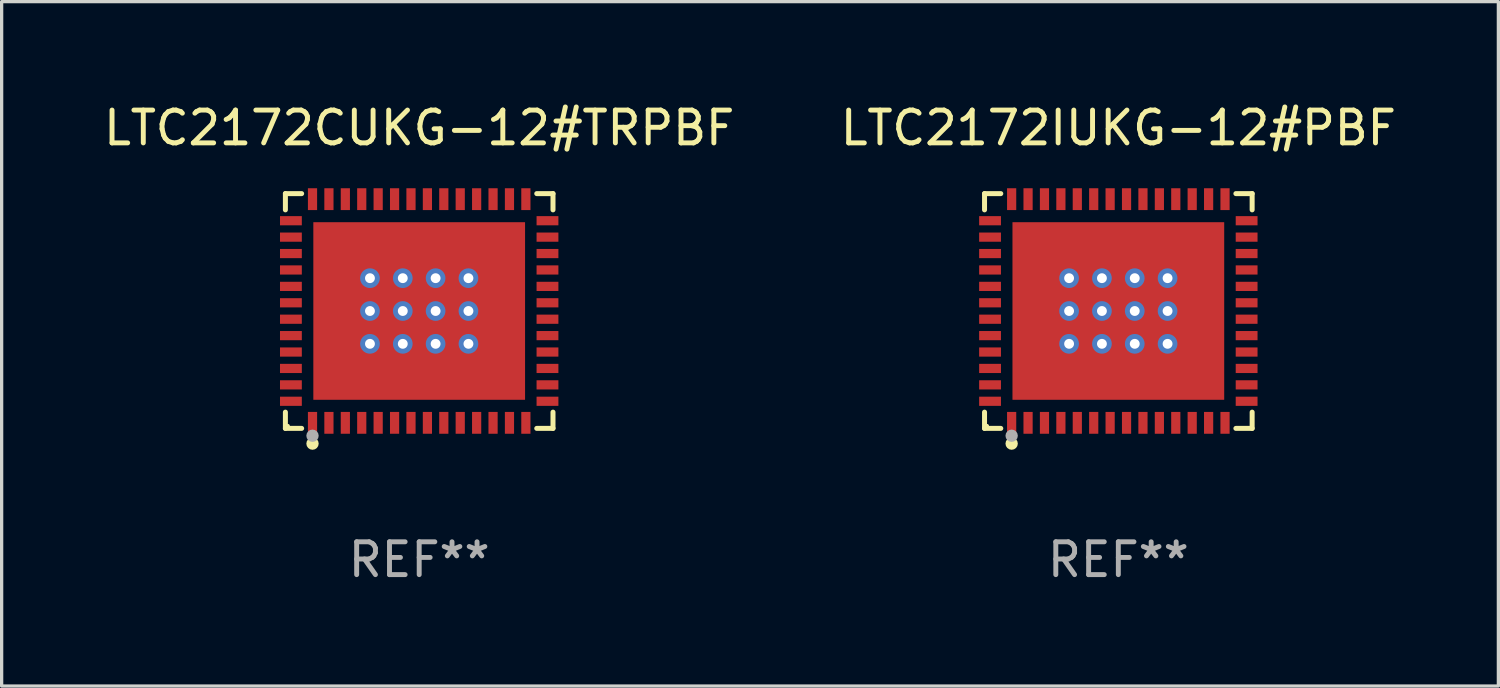
<source format=kicad_pcb>
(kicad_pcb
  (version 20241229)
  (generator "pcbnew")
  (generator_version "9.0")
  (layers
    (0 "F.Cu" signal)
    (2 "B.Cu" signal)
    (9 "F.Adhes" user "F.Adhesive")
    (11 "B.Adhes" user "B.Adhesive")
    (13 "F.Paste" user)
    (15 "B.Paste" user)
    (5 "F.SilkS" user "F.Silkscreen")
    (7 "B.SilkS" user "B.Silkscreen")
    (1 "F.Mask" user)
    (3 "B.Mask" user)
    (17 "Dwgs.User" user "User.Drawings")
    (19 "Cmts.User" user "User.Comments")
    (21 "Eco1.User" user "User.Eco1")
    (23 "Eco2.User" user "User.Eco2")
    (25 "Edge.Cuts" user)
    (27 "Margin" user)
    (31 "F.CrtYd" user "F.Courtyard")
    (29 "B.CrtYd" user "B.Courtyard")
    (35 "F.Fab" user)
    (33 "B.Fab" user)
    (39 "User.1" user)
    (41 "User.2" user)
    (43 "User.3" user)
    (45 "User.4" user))
  (footprint "LTC2172CUKG-12#TRPBF"
    (layer "F.Cu")
    (at 9.72 6.424)
    (property "Reference" "LTC2172CUKG-12#TRPBF" (at 0 -5.576 0) (layer "F.SilkS") (effects (font (size 1 1) (thickness 0.15))))
    (attr through_hole)
    (fp_line (start -4.076 -3.576) (end -3.581 -3.576) (stroke (width 0.152) (type solid)) (layer "F.SilkS"))
    (fp_line (start -4.076 -3.081) (end -4.076 -3.576) (stroke (width 0.152) (type solid)) (layer "F.SilkS"))
    (fp_line (start -4.076 3.081) (end -4.076 3.576) (stroke (width 0.152) (type solid)) (layer "F.SilkS"))
    (fp_line (start -4.076 3.576) (end -3.581 3.576) (stroke (width 0.152) (type solid)) (layer "F.SilkS"))
    (fp_line (start 4.076 -3.576) (end 3.581 -3.576) (stroke (width 0.152) (type solid)) (layer "F.SilkS"))
    (fp_line (start 4.076 -3.081) (end 4.076 -3.576) (stroke (width 0.152) (type solid)) (layer "F.SilkS"))
    (fp_line (start 4.076 3.081) (end 4.076 3.576) (stroke (width 0.152) (type solid)) (layer "F.SilkS"))
    (fp_line (start 4.076 3.576) (end 3.581 3.576) (stroke (width 0.152) (type solid)) (layer "F.SilkS"))
    (fp_circle (center -4 3.5) (end -3.97 3.5) (stroke (width 0.06) (type solid)) (fill no) (layer "F.SilkS"))
    (fp_circle (center -3.25 4.04) (end -3.156 4.04) (stroke (width 0.188) (type solid)) (fill no) (layer "F.SilkS"))
    (fp_circle (center -3.25 3.8) (end -3.156 3.8) (stroke (width 0.188) (type solid)) (fill no) (layer "F.Fab"))
    (fp_text user "REF**" (at 0 7.576 0) (layer "F.Fab") (effects (font (size 1 1) (thickness 0.15))))
    (pad "1" smd rect (at -3.25 3.407) (size 0.28 0.665) (layers "F.Cu" "F.Mask" "F.Paste"))
    (pad "2" smd rect (at -2.75 3.407) (size 0.28 0.665) (layers "F.Cu" "F.Mask" "F.Paste"))
    (pad "3" smd rect (at -2.25 3.407) (size 0.28 0.665) (layers "F.Cu" "F.Mask" "F.Paste"))
    (pad "4" smd rect (at -1.75 3.407) (size 0.28 0.665) (layers "F.Cu" "F.Mask" "F.Paste"))
    (pad "5" smd rect (at -1.25 3.407) (size 0.28 0.665) (layers "F.Cu" "F.Mask" "F.Paste"))
    (pad "6" smd rect (at -0.75 3.407) (size 0.28 0.665) (layers "F.Cu" "F.Mask" "F.Paste"))
    (pad "7" smd rect (at -0.25 3.407) (size 0.28 0.665) (layers "F.Cu" "F.Mask" "F.Paste"))
    (pad "8" smd rect (at 0.25 3.407) (size 0.28 0.665) (layers "F.Cu" "F.Mask" "F.Paste"))
    (pad "9" smd rect (at 0.75 3.407) (size 0.28 0.665) (layers "F.Cu" "F.Mask" "F.Paste"))
    (pad "10" smd rect (at 1.25 3.407) (size 0.28 0.665) (layers "F.Cu" "F.Mask" "F.Paste"))
    (pad "11" smd rect (at 1.75 3.407) (size 0.28 0.665) (layers "F.Cu" "F.Mask" "F.Paste"))
    (pad "12" smd rect (at 2.25 3.407) (size 0.28 0.665) (layers "F.Cu" "F.Mask" "F.Paste"))
    (pad "13" smd rect (at 2.75 3.407) (size 0.28 0.665) (layers "F.Cu" "F.Mask" "F.Paste"))
    (pad "14" smd rect (at 3.25 3.407) (size 0.28 0.665) (layers "F.Cu" "F.Mask" "F.Paste"))
    (pad "15" smd rect (at 3.908 2.75) (size 0.665 0.28) (layers "F.Cu" "F.Mask" "F.Paste"))
    (pad "16" smd rect (at 3.908 2.25) (size 0.665 0.28) (layers "F.Cu" "F.Mask" "F.Paste"))
    (pad "17" smd rect (at 3.908 1.75) (size 0.665 0.28) (layers "F.Cu" "F.Mask" "F.Paste"))
    (pad "18" smd rect (at 3.908 1.25) (size 0.665 0.28) (layers "F.Cu" "F.Mask" "F.Paste"))
    (pad "19" smd rect (at 3.908 0.75) (size 0.665 0.28) (layers "F.Cu" "F.Mask" "F.Paste"))
    (pad "20" smd rect (at 3.908 0.25) (size 0.665 0.28) (layers "F.Cu" "F.Mask" "F.Paste"))
    (pad "21" smd rect (at 3.908 -0.25) (size 0.665 0.28) (layers "F.Cu" "F.Mask" "F.Paste"))
    (pad "22" smd rect (at 3.908 -0.75) (size 0.665 0.28) (layers "F.Cu" "F.Mask" "F.Paste"))
    (pad "23" smd rect (at 3.908 -1.25) (size 0.665 0.28) (layers "F.Cu" "F.Mask" "F.Paste"))
    (pad "24" smd rect (at 3.908 -1.75) (size 0.665 0.28) (layers "F.Cu" "F.Mask" "F.Paste"))
    (pad "25" smd rect (at 3.908 -2.25) (size 0.665 0.28) (layers "F.Cu" "F.Mask" "F.Paste"))
    (pad "26" smd rect (at 3.908 -2.75) (size 0.665 0.28) (layers "F.Cu" "F.Mask" "F.Paste"))
    (pad "27" smd rect (at 3.25 -3.407) (size 0.28 0.665) (layers "F.Cu" "F.Mask" "F.Paste"))
    (pad "28" smd rect (at 2.75 -3.407) (size 0.28 0.665) (layers "F.Cu" "F.Mask" "F.Paste"))
    (pad "29" smd rect (at 2.25 -3.407) (size 0.28 0.665) (layers "F.Cu" "F.Mask" "F.Paste"))
    (pad "30" smd rect (at 1.75 -3.407) (size 0.28 0.665) (layers "F.Cu" "F.Mask" "F.Paste"))
    (pad "31" smd rect (at 1.25 -3.407) (size 0.28 0.665) (layers "F.Cu" "F.Mask" "F.Paste"))
    (pad "32" smd rect (at 0.75 -3.407) (size 0.28 0.665) (layers "F.Cu" "F.Mask" "F.Paste"))
    (pad "33" smd rect (at 0.25 -3.407) (size 0.28 0.665) (layers "F.Cu" "F.Mask" "F.Paste"))
    (pad "34" smd rect (at -0.25 -3.407) (size 0.28 0.665) (layers "F.Cu" "F.Mask" "F.Paste"))
    (pad "35" smd rect (at -0.75 -3.407) (size 0.28 0.665) (layers "F.Cu" "F.Mask" "F.Paste"))
    (pad "36" smd rect (at -1.25 -3.407) (size 0.28 0.665) (layers "F.Cu" "F.Mask" "F.Paste"))
    (pad "37" smd rect (at -1.75 -3.407) (size 0.28 0.665) (layers "F.Cu" "F.Mask" "F.Paste"))
    (pad "38" smd rect (at -2.25 -3.407) (size 0.28 0.665) (layers "F.Cu" "F.Mask" "F.Paste"))
    (pad "39" smd rect (at -2.75 -3.407) (size 0.28 0.665) (layers "F.Cu" "F.Mask" "F.Paste"))
    (pad "40" smd rect (at -3.25 -3.407) (size 0.28 0.665) (layers "F.Cu" "F.Mask" "F.Paste"))
    (pad "41" smd rect (at -3.908 -2.75) (size 0.665 0.28) (layers "F.Cu" "F.Mask" "F.Paste"))
    (pad "42" smd rect (at -3.908 -2.25) (size 0.665 0.28) (layers "F.Cu" "F.Mask" "F.Paste"))
    (pad "43" smd rect (at -3.908 -1.75) (size 0.665 0.28) (layers "F.Cu" "F.Mask" "F.Paste"))
    (pad "44" smd rect (at -3.908 -1.25) (size 0.665 0.28) (layers "F.Cu" "F.Mask" "F.Paste"))
    (pad "45" smd rect (at -3.908 -0.75) (size 0.665 0.28) (layers "F.Cu" "F.Mask" "F.Paste"))
    (pad "46" smd rect (at -3.908 -0.25) (size 0.665 0.28) (layers "F.Cu" "F.Mask" "F.Paste"))
    (pad "47" smd rect (at -3.908 0.25) (size 0.665 0.28) (layers "F.Cu" "F.Mask" "F.Paste"))
    (pad "48" smd rect (at -3.908 0.75) (size 0.665 0.28) (layers "F.Cu" "F.Mask" "F.Paste"))
    (pad "49" smd rect (at -3.908 1.25) (size 0.665 0.28) (layers "F.Cu" "F.Mask" "F.Paste"))
    (pad "50" smd rect (at -3.908 1.75) (size 0.665 0.28) (layers "F.Cu" "F.Mask" "F.Paste"))
    (pad "51" smd rect (at -3.908 2.25) (size 0.665 0.28) (layers "F.Cu" "F.Mask" "F.Paste"))
    (pad "52" smd rect (at -3.908 2.75) (size 0.665 0.28) (layers "F.Cu" "F.Mask" "F.Paste"))
    (pad "53" thru_hole circle (at -1.5 -1) (size 0.6 0.6) (drill 0.3) (layers "*.Cu" "*.Mask"))
    (pad "53" thru_hole circle (at -1.5 0) (size 0.6 0.6) (drill 0.3) (layers "*.Cu" "*.Mask"))
    (pad "53" thru_hole circle (at -1.5 1) (size 0.6 0.6) (drill 0.3) (layers "*.Cu" "*.Mask"))
    (pad "53" thru_hole circle (at -0.5 -1) (size 0.6 0.6) (drill 0.3) (layers "*.Cu" "*.Mask"))
    (pad "53" thru_hole circle (at -0.5 0) (size 0.6 0.6) (drill 0.3) (layers "*.Cu" "*.Mask"))
    (pad "53" thru_hole circle (at -0.5 1) (size 0.6 0.6) (drill 0.3) (layers "*.Cu" "*.Mask"))
    (pad "53" smd rect (at 0 0) (size 6.45 5.41) (layers "F.Cu" "F.Mask" "F.Paste"))
    (pad "53" thru_hole circle (at 0.5 -1) (size 0.6 0.6) (drill 0.3) (layers "*.Cu" "*.Mask"))
    (pad "53" thru_hole circle (at 0.5 0) (size 0.6 0.6) (drill 0.3) (layers "*.Cu" "*.Mask"))
    (pad "53" thru_hole circle (at 0.5 1) (size 0.6 0.6) (drill 0.3) (layers "*.Cu" "*.Mask"))
    (pad "53" thru_hole circle (at 1.5 -1) (size 0.6 0.6) (drill 0.3) (layers "*.Cu" "*.Mask"))
    (pad "53" thru_hole circle (at 1.5 0) (size 0.6 0.6) (drill 0.3) (layers "*.Cu" "*.Mask"))
    (pad "53" thru_hole circle (at 1.5 1) (size 0.6 0.6) (drill 0.3) (layers "*.Cu" "*.Mask")))
  (footprint "LTC2172IUKG-12#PBF"
    (layer "F.Cu")
    (at 31.018 6.424)
    (property "Reference" "LTC2172IUKG-12#PBF" (at 0 -5.576 0) (layer "F.SilkS") (effects (font (size 1 1) (thickness 0.15))))
    (attr through_hole)
    (fp_line (start -4.076 -3.576) (end -3.581 -3.576) (stroke (width 0.152) (type solid)) (layer "F.SilkS"))
    (fp_line (start -4.076 -3.081) (end -4.076 -3.576) (stroke (width 0.152) (type solid)) (layer "F.SilkS"))
    (fp_line (start -4.076 3.081) (end -4.076 3.576) (stroke (width 0.152) (type solid)) (layer "F.SilkS"))
    (fp_line (start -4.076 3.576) (end -3.581 3.576) (stroke (width 0.152) (type solid)) (layer "F.SilkS"))
    (fp_line (start 4.076 -3.576) (end 3.581 -3.576) (stroke (width 0.152) (type solid)) (layer "F.SilkS"))
    (fp_line (start 4.076 -3.081) (end 4.076 -3.576) (stroke (width 0.152) (type solid)) (layer "F.SilkS"))
    (fp_line (start 4.076 3.081) (end 4.076 3.576) (stroke (width 0.152) (type solid)) (layer "F.SilkS"))
    (fp_line (start 4.076 3.576) (end 3.581 3.576) (stroke (width 0.152) (type solid)) (layer "F.SilkS"))
    (fp_circle (center -4 3.5) (end -3.97 3.5) (stroke (width 0.06) (type solid)) (fill no) (layer "F.SilkS"))
    (fp_circle (center -3.25 4.04) (end -3.156 4.04) (stroke (width 0.188) (type solid)) (fill no) (layer "F.SilkS"))
    (fp_circle (center -3.25 3.8) (end -3.156 3.8) (stroke (width 0.188) (type solid)) (fill no) (layer "F.Fab"))
    (fp_text user "REF**" (at 0 7.576 0) (layer "F.Fab") (effects (font (size 1 1) (thickness 0.15))))
    (pad "1" smd rect (at -3.25 3.407) (size 0.28 0.665) (layers "F.Cu" "F.Mask" "F.Paste"))
    (pad "2" smd rect (at -2.75 3.407) (size 0.28 0.665) (layers "F.Cu" "F.Mask" "F.Paste"))
    (pad "3" smd rect (at -2.25 3.407) (size 0.28 0.665) (layers "F.Cu" "F.Mask" "F.Paste"))
    (pad "4" smd rect (at -1.75 3.407) (size 0.28 0.665) (layers "F.Cu" "F.Mask" "F.Paste"))
    (pad "5" smd rect (at -1.25 3.407) (size 0.28 0.665) (layers "F.Cu" "F.Mask" "F.Paste"))
    (pad "6" smd rect (at -0.75 3.407) (size 0.28 0.665) (layers "F.Cu" "F.Mask" "F.Paste"))
    (pad "7" smd rect (at -0.25 3.407) (size 0.28 0.665) (layers "F.Cu" "F.Mask" "F.Paste"))
    (pad "8" smd rect (at 0.25 3.407) (size 0.28 0.665) (layers "F.Cu" "F.Mask" "F.Paste"))
    (pad "9" smd rect (at 0.75 3.407) (size 0.28 0.665) (layers "F.Cu" "F.Mask" "F.Paste"))
    (pad "10" smd rect (at 1.25 3.407) (size 0.28 0.665) (layers "F.Cu" "F.Mask" "F.Paste"))
    (pad "11" smd rect (at 1.75 3.407) (size 0.28 0.665) (layers "F.Cu" "F.Mask" "F.Paste"))
    (pad "12" smd rect (at 2.25 3.407) (size 0.28 0.665) (layers "F.Cu" "F.Mask" "F.Paste"))
    (pad "13" smd rect (at 2.75 3.407) (size 0.28 0.665) (layers "F.Cu" "F.Mask" "F.Paste"))
    (pad "14" smd rect (at 3.25 3.407) (size 0.28 0.665) (layers "F.Cu" "F.Mask" "F.Paste"))
    (pad "15" smd rect (at 3.908 2.75) (size 0.665 0.28) (layers "F.Cu" "F.Mask" "F.Paste"))
    (pad "16" smd rect (at 3.908 2.25) (size 0.665 0.28) (layers "F.Cu" "F.Mask" "F.Paste"))
    (pad "17" smd rect (at 3.908 1.75) (size 0.665 0.28) (layers "F.Cu" "F.Mask" "F.Paste"))
    (pad "18" smd rect (at 3.908 1.25) (size 0.665 0.28) (layers "F.Cu" "F.Mask" "F.Paste"))
    (pad "19" smd rect (at 3.908 0.75) (size 0.665 0.28) (layers "F.Cu" "F.Mask" "F.Paste"))
    (pad "20" smd rect (at 3.908 0.25) (size 0.665 0.28) (layers "F.Cu" "F.Mask" "F.Paste"))
    (pad "21" smd rect (at 3.908 -0.25) (size 0.665 0.28) (layers "F.Cu" "F.Mask" "F.Paste"))
    (pad "22" smd rect (at 3.908 -0.75) (size 0.665 0.28) (layers "F.Cu" "F.Mask" "F.Paste"))
    (pad "23" smd rect (at 3.908 -1.25) (size 0.665 0.28) (layers "F.Cu" "F.Mask" "F.Paste"))
    (pad "24" smd rect (at 3.908 -1.75) (size 0.665 0.28) (layers "F.Cu" "F.Mask" "F.Paste"))
    (pad "25" smd rect (at 3.908 -2.25) (size 0.665 0.28) (layers "F.Cu" "F.Mask" "F.Paste"))
    (pad "26" smd rect (at 3.908 -2.75) (size 0.665 0.28) (layers "F.Cu" "F.Mask" "F.Paste"))
    (pad "27" smd rect (at 3.25 -3.407) (size 0.28 0.665) (layers "F.Cu" "F.Mask" "F.Paste"))
    (pad "28" smd rect (at 2.75 -3.407) (size 0.28 0.665) (layers "F.Cu" "F.Mask" "F.Paste"))
    (pad "29" smd rect (at 2.25 -3.407) (size 0.28 0.665) (layers "F.Cu" "F.Mask" "F.Paste"))
    (pad "30" smd rect (at 1.75 -3.407) (size 0.28 0.665) (layers "F.Cu" "F.Mask" "F.Paste"))
    (pad "31" smd rect (at 1.25 -3.407) (size 0.28 0.665) (layers "F.Cu" "F.Mask" "F.Paste"))
    (pad "32" smd rect (at 0.75 -3.407) (size 0.28 0.665) (layers "F.Cu" "F.Mask" "F.Paste"))
    (pad "33" smd rect (at 0.25 -3.407) (size 0.28 0.665) (layers "F.Cu" "F.Mask" "F.Paste"))
    (pad "34" smd rect (at -0.25 -3.407) (size 0.28 0.665) (layers "F.Cu" "F.Mask" "F.Paste"))
    (pad "35" smd rect (at -0.75 -3.407) (size 0.28 0.665) (layers "F.Cu" "F.Mask" "F.Paste"))
    (pad "36" smd rect (at -1.25 -3.407) (size 0.28 0.665) (layers "F.Cu" "F.Mask" "F.Paste"))
    (pad "37" smd rect (at -1.75 -3.407) (size 0.28 0.665) (layers "F.Cu" "F.Mask" "F.Paste"))
    (pad "38" smd rect (at -2.25 -3.407) (size 0.28 0.665) (layers "F.Cu" "F.Mask" "F.Paste"))
    (pad "39" smd rect (at -2.75 -3.407) (size 0.28 0.665) (layers "F.Cu" "F.Mask" "F.Paste"))
    (pad "40" smd rect (at -3.25 -3.407) (size 0.28 0.665) (layers "F.Cu" "F.Mask" "F.Paste"))
    (pad "41" smd rect (at -3.908 -2.75) (size 0.665 0.28) (layers "F.Cu" "F.Mask" "F.Paste"))
    (pad "42" smd rect (at -3.908 -2.25) (size 0.665 0.28) (layers "F.Cu" "F.Mask" "F.Paste"))
    (pad "43" smd rect (at -3.908 -1.75) (size 0.665 0.28) (layers "F.Cu" "F.Mask" "F.Paste"))
    (pad "44" smd rect (at -3.908 -1.25) (size 0.665 0.28) (layers "F.Cu" "F.Mask" "F.Paste"))
    (pad "45" smd rect (at -3.908 -0.75) (size 0.665 0.28) (layers "F.Cu" "F.Mask" "F.Paste"))
    (pad "46" smd rect (at -3.908 -0.25) (size 0.665 0.28) (layers "F.Cu" "F.Mask" "F.Paste"))
    (pad "47" smd rect (at -3.908 0.25) (size 0.665 0.28) (layers "F.Cu" "F.Mask" "F.Paste"))
    (pad "48" smd rect (at -3.908 0.75) (size 0.665 0.28) (layers "F.Cu" "F.Mask" "F.Paste"))
    (pad "49" smd rect (at -3.908 1.25) (size 0.665 0.28) (layers "F.Cu" "F.Mask" "F.Paste"))
    (pad "50" smd rect (at -3.908 1.75) (size 0.665 0.28) (layers "F.Cu" "F.Mask" "F.Paste"))
    (pad "51" smd rect (at -3.908 2.25) (size 0.665 0.28) (layers "F.Cu" "F.Mask" "F.Paste"))
    (pad "52" smd rect (at -3.908 2.75) (size 0.665 0.28) (layers "F.Cu" "F.Mask" "F.Paste"))
    (pad "53" thru_hole circle (at -1.5 -1) (size 0.6 0.6) (drill 0.3) (layers "*.Cu" "*.Mask"))
    (pad "53" thru_hole circle (at -1.5 0) (size 0.6 0.6) (drill 0.3) (layers "*.Cu" "*.Mask"))
    (pad "53" thru_hole circle (at -1.5 1) (size 0.6 0.6) (drill 0.3) (layers "*.Cu" "*.Mask"))
    (pad "53" thru_hole circle (at -0.5 -1) (size 0.6 0.6) (drill 0.3) (layers "*.Cu" "*.Mask"))
    (pad "53" thru_hole circle (at -0.5 0) (size 0.6 0.6) (drill 0.3) (layers "*.Cu" "*.Mask"))
    (pad "53" thru_hole circle (at -0.5 1) (size 0.6 0.6) (drill 0.3) (layers "*.Cu" "*.Mask"))
    (pad "53" smd rect (at 0 0) (size 6.45 5.41) (layers "F.Cu" "F.Mask" "F.Paste"))
    (pad "53" thru_hole circle (at 0.5 -1) (size 0.6 0.6) (drill 0.3) (layers "*.Cu" "*.Mask"))
    (pad "53" thru_hole circle (at 0.5 0) (size 0.6 0.6) (drill 0.3) (layers "*.Cu" "*.Mask"))
    (pad "53" thru_hole circle (at 0.5 1) (size 0.6 0.6) (drill 0.3) (layers "*.Cu" "*.Mask"))
    (pad "53" thru_hole circle (at 1.5 -1) (size 0.6 0.6) (drill 0.3) (layers "*.Cu" "*.Mask"))
    (pad "53" thru_hole circle (at 1.5 0) (size 0.6 0.6) (drill 0.3) (layers "*.Cu" "*.Mask"))
    (pad "53" thru_hole circle (at 1.5 1) (size 0.6 0.6) (drill 0.3) (layers "*.Cu" "*.Mask")))
  (gr_rect
    (start -3 -3)
    (end 42.595 17.849)
    (stroke (width 0.1) (type default))
    (fill no)
    (layer "Edge.Cuts")))
</source>
